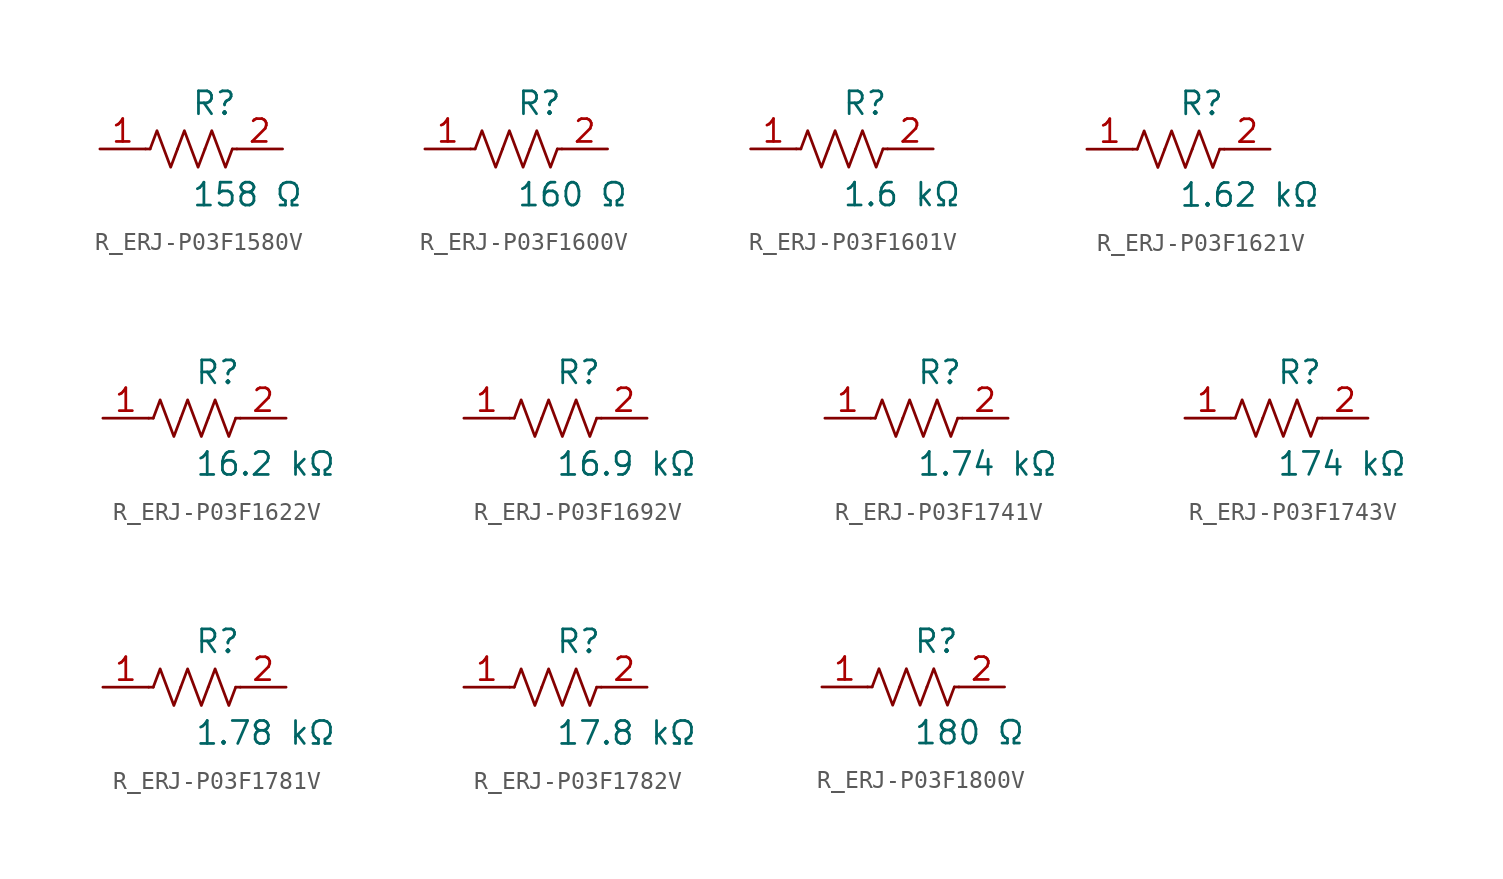
<source format=kicad_sym>
(kicad_symbol_lib
  (version 20231120)
  (generator kicad_symbol_editor)
  (generator_version 8.0)
  (symbol "R_ERJ-P03F1580V"
    (pin_names
      (offset 0.254))
    (property "Reference" "R"
      (at 0.0 2.54 0)
      (effects (font (size 1.27 1.27)) (justify left)))
    (property "Value" "158 Ω"
      (at 0.0 -2.54 0)
      (effects (font (size 1.27 1.27)) (justify left)))
    (symbol "R_ERJ-P03F1580V_0_1"
      (polyline (pts (xy 2.286 0) (xy 2.54 0)) (stroke (width 0) (type default)) (fill (type none)))
      (polyline (pts (xy -2.286 0) (xy -2.54 0)) (stroke (width 0) (type default)) (fill (type none)))
      (polyline (pts (xy 0.762 0) (xy 1.143 1.016) (xy 1.524 0) (xy 1.905 -1.016) (xy 2.286 0)) (stroke (width 0) (type default)) (fill (type none)))
      (polyline (pts (xy -0.762 0) (xy -0.381 1.016) (xy 0 0) (xy 0.381 -1.016) (xy 0.762 0)) (stroke (width 0) (type default)) (fill (type none)))
      (polyline (pts (xy -2.286 0) (xy -1.905 1.016) (xy -1.524 0) (xy -1.143 -1.016) (xy -0.762 0)) (stroke (width 0) (type default)) (fill (type none))))
    (pin unspecified line
      (at -5.08 0 0)
      (length 2.54)
      (name "" (effects (font (size 1.27 1.27))))
      (number "1" (effects (font (size 1.27 1.27)))))
    (pin unspecified line
      (at 5.08 0 180)
      (length 2.54)
      (name "" (effects (font (size 1.27 1.27))))
      (number "2" (effects (font (size 1.27 1.27))))))
  (symbol "R_ERJ-P03F1600V"
    (pin_names
      (offset 0.254))
    (property "Reference" "R"
      (at 0.0 2.54 0)
      (effects (font (size 1.27 1.27)) (justify left)))
    (property "Value" "160 Ω"
      (at 0.0 -2.54 0)
      (effects (font (size 1.27 1.27)) (justify left)))
    (symbol "R_ERJ-P03F1600V_0_1"
      (polyline (pts (xy 2.286 0) (xy 2.54 0)) (stroke (width 0) (type default)) (fill (type none)))
      (polyline (pts (xy -2.286 0) (xy -2.54 0)) (stroke (width 0) (type default)) (fill (type none)))
      (polyline (pts (xy 0.762 0) (xy 1.143 1.016) (xy 1.524 0) (xy 1.905 -1.016) (xy 2.286 0)) (stroke (width 0) (type default)) (fill (type none)))
      (polyline (pts (xy -0.762 0) (xy -0.381 1.016) (xy 0 0) (xy 0.381 -1.016) (xy 0.762 0)) (stroke (width 0) (type default)) (fill (type none)))
      (polyline (pts (xy -2.286 0) (xy -1.905 1.016) (xy -1.524 0) (xy -1.143 -1.016) (xy -0.762 0)) (stroke (width 0) (type default)) (fill (type none))))
    (pin unspecified line
      (at -5.08 0 0)
      (length 2.54)
      (name "" (effects (font (size 1.27 1.27))))
      (number "1" (effects (font (size 1.27 1.27)))))
    (pin unspecified line
      (at 5.08 0 180)
      (length 2.54)
      (name "" (effects (font (size 1.27 1.27))))
      (number "2" (effects (font (size 1.27 1.27))))))
  (symbol "R_ERJ-P03F1601V"
    (pin_names
      (offset 0.254))
    (property "Reference" "R"
      (at 0.0 2.54 0)
      (effects (font (size 1.27 1.27)) (justify left)))
    (property "Value" "1.6 kΩ"
      (at 0.0 -2.54 0)
      (effects (font (size 1.27 1.27)) (justify left)))
    (symbol "R_ERJ-P03F1601V_0_1"
      (polyline (pts (xy 2.286 0) (xy 2.54 0)) (stroke (width 0) (type default)) (fill (type none)))
      (polyline (pts (xy -2.286 0) (xy -2.54 0)) (stroke (width 0) (type default)) (fill (type none)))
      (polyline (pts (xy 0.762 0) (xy 1.143 1.016) (xy 1.524 0) (xy 1.905 -1.016) (xy 2.286 0)) (stroke (width 0) (type default)) (fill (type none)))
      (polyline (pts (xy -0.762 0) (xy -0.381 1.016) (xy 0 0) (xy 0.381 -1.016) (xy 0.762 0)) (stroke (width 0) (type default)) (fill (type none)))
      (polyline (pts (xy -2.286 0) (xy -1.905 1.016) (xy -1.524 0) (xy -1.143 -1.016) (xy -0.762 0)) (stroke (width 0) (type default)) (fill (type none))))
    (pin unspecified line
      (at -5.08 0 0)
      (length 2.54)
      (name "" (effects (font (size 1.27 1.27))))
      (number "1" (effects (font (size 1.27 1.27)))))
    (pin unspecified line
      (at 5.08 0 180)
      (length 2.54)
      (name "" (effects (font (size 1.27 1.27))))
      (number "2" (effects (font (size 1.27 1.27))))))
  (symbol "R_ERJ-P03F1621V"
    (pin_names
      (offset 0.254))
    (property "Reference" "R"
      (at 0.0 2.54 0)
      (effects (font (size 1.27 1.27)) (justify left)))
    (property "Value" "1.62 kΩ"
      (at 0.0 -2.54 0)
      (effects (font (size 1.27 1.27)) (justify left)))
    (symbol "R_ERJ-P03F1621V_0_1"
      (polyline (pts (xy 2.286 0) (xy 2.54 0)) (stroke (width 0) (type default)) (fill (type none)))
      (polyline (pts (xy -2.286 0) (xy -2.54 0)) (stroke (width 0) (type default)) (fill (type none)))
      (polyline (pts (xy 0.762 0) (xy 1.143 1.016) (xy 1.524 0) (xy 1.905 -1.016) (xy 2.286 0)) (stroke (width 0) (type default)) (fill (type none)))
      (polyline (pts (xy -0.762 0) (xy -0.381 1.016) (xy 0 0) (xy 0.381 -1.016) (xy 0.762 0)) (stroke (width 0) (type default)) (fill (type none)))
      (polyline (pts (xy -2.286 0) (xy -1.905 1.016) (xy -1.524 0) (xy -1.143 -1.016) (xy -0.762 0)) (stroke (width 0) (type default)) (fill (type none))))
    (pin unspecified line
      (at -5.08 0 0)
      (length 2.54)
      (name "" (effects (font (size 1.27 1.27))))
      (number "1" (effects (font (size 1.27 1.27)))))
    (pin unspecified line
      (at 5.08 0 180)
      (length 2.54)
      (name "" (effects (font (size 1.27 1.27))))
      (number "2" (effects (font (size 1.27 1.27))))))
  (symbol "R_ERJ-P03F1622V"
    (pin_names
      (offset 0.254))
    (property "Reference" "R"
      (at 0.0 2.54 0)
      (effects (font (size 1.27 1.27)) (justify left)))
    (property "Value" "16.2 kΩ"
      (at 0.0 -2.54 0)
      (effects (font (size 1.27 1.27)) (justify left)))
    (symbol "R_ERJ-P03F1622V_0_1"
      (polyline (pts (xy 2.286 0) (xy 2.54 0)) (stroke (width 0) (type default)) (fill (type none)))
      (polyline (pts (xy -2.286 0) (xy -2.54 0)) (stroke (width 0) (type default)) (fill (type none)))
      (polyline (pts (xy 0.762 0) (xy 1.143 1.016) (xy 1.524 0) (xy 1.905 -1.016) (xy 2.286 0)) (stroke (width 0) (type default)) (fill (type none)))
      (polyline (pts (xy -0.762 0) (xy -0.381 1.016) (xy 0 0) (xy 0.381 -1.016) (xy 0.762 0)) (stroke (width 0) (type default)) (fill (type none)))
      (polyline (pts (xy -2.286 0) (xy -1.905 1.016) (xy -1.524 0) (xy -1.143 -1.016) (xy -0.762 0)) (stroke (width 0) (type default)) (fill (type none))))
    (pin unspecified line
      (at -5.08 0 0)
      (length 2.54)
      (name "" (effects (font (size 1.27 1.27))))
      (number "1" (effects (font (size 1.27 1.27)))))
    (pin unspecified line
      (at 5.08 0 180)
      (length 2.54)
      (name "" (effects (font (size 1.27 1.27))))
      (number "2" (effects (font (size 1.27 1.27))))))
  (symbol "R_ERJ-P03F1692V"
    (pin_names
      (offset 0.254))
    (property "Reference" "R"
      (at 0.0 2.54 0)
      (effects (font (size 1.27 1.27)) (justify left)))
    (property "Value" "16.9 kΩ"
      (at 0.0 -2.54 0)
      (effects (font (size 1.27 1.27)) (justify left)))
    (symbol "R_ERJ-P03F1692V_0_1"
      (polyline (pts (xy 2.286 0) (xy 2.54 0)) (stroke (width 0) (type default)) (fill (type none)))
      (polyline (pts (xy -2.286 0) (xy -2.54 0)) (stroke (width 0) (type default)) (fill (type none)))
      (polyline (pts (xy 0.762 0) (xy 1.143 1.016) (xy 1.524 0) (xy 1.905 -1.016) (xy 2.286 0)) (stroke (width 0) (type default)) (fill (type none)))
      (polyline (pts (xy -0.762 0) (xy -0.381 1.016) (xy 0 0) (xy 0.381 -1.016) (xy 0.762 0)) (stroke (width 0) (type default)) (fill (type none)))
      (polyline (pts (xy -2.286 0) (xy -1.905 1.016) (xy -1.524 0) (xy -1.143 -1.016) (xy -0.762 0)) (stroke (width 0) (type default)) (fill (type none))))
    (pin unspecified line
      (at -5.08 0 0)
      (length 2.54)
      (name "" (effects (font (size 1.27 1.27))))
      (number "1" (effects (font (size 1.27 1.27)))))
    (pin unspecified line
      (at 5.08 0 180)
      (length 2.54)
      (name "" (effects (font (size 1.27 1.27))))
      (number "2" (effects (font (size 1.27 1.27))))))
  (symbol "R_ERJ-P03F1741V"
    (pin_names
      (offset 0.254))
    (property "Reference" "R"
      (at 0.0 2.54 0)
      (effects (font (size 1.27 1.27)) (justify left)))
    (property "Value" "1.74 kΩ"
      (at 0.0 -2.54 0)
      (effects (font (size 1.27 1.27)) (justify left)))
    (symbol "R_ERJ-P03F1741V_0_1"
      (polyline (pts (xy 2.286 0) (xy 2.54 0)) (stroke (width 0) (type default)) (fill (type none)))
      (polyline (pts (xy -2.286 0) (xy -2.54 0)) (stroke (width 0) (type default)) (fill (type none)))
      (polyline (pts (xy 0.762 0) (xy 1.143 1.016) (xy 1.524 0) (xy 1.905 -1.016) (xy 2.286 0)) (stroke (width 0) (type default)) (fill (type none)))
      (polyline (pts (xy -0.762 0) (xy -0.381 1.016) (xy 0 0) (xy 0.381 -1.016) (xy 0.762 0)) (stroke (width 0) (type default)) (fill (type none)))
      (polyline (pts (xy -2.286 0) (xy -1.905 1.016) (xy -1.524 0) (xy -1.143 -1.016) (xy -0.762 0)) (stroke (width 0) (type default)) (fill (type none))))
    (pin unspecified line
      (at -5.08 0 0)
      (length 2.54)
      (name "" (effects (font (size 1.27 1.27))))
      (number "1" (effects (font (size 1.27 1.27)))))
    (pin unspecified line
      (at 5.08 0 180)
      (length 2.54)
      (name "" (effects (font (size 1.27 1.27))))
      (number "2" (effects (font (size 1.27 1.27))))))
  (symbol "R_ERJ-P03F1743V"
    (pin_names
      (offset 0.254))
    (property "Reference" "R"
      (at 0.0 2.54 0)
      (effects (font (size 1.27 1.27)) (justify left)))
    (property "Value" "174 kΩ"
      (at 0.0 -2.54 0)
      (effects (font (size 1.27 1.27)) (justify left)))
    (symbol "R_ERJ-P03F1743V_0_1"
      (polyline (pts (xy 2.286 0) (xy 2.54 0)) (stroke (width 0) (type default)) (fill (type none)))
      (polyline (pts (xy -2.286 0) (xy -2.54 0)) (stroke (width 0) (type default)) (fill (type none)))
      (polyline (pts (xy 0.762 0) (xy 1.143 1.016) (xy 1.524 0) (xy 1.905 -1.016) (xy 2.286 0)) (stroke (width 0) (type default)) (fill (type none)))
      (polyline (pts (xy -0.762 0) (xy -0.381 1.016) (xy 0 0) (xy 0.381 -1.016) (xy 0.762 0)) (stroke (width 0) (type default)) (fill (type none)))
      (polyline (pts (xy -2.286 0) (xy -1.905 1.016) (xy -1.524 0) (xy -1.143 -1.016) (xy -0.762 0)) (stroke (width 0) (type default)) (fill (type none))))
    (pin unspecified line
      (at -5.08 0 0)
      (length 2.54)
      (name "" (effects (font (size 1.27 1.27))))
      (number "1" (effects (font (size 1.27 1.27)))))
    (pin unspecified line
      (at 5.08 0 180)
      (length 2.54)
      (name "" (effects (font (size 1.27 1.27))))
      (number "2" (effects (font (size 1.27 1.27))))))
  (symbol "R_ERJ-P03F1781V"
    (pin_names
      (offset 0.254))
    (property "Reference" "R"
      (at 0.0 2.54 0)
      (effects (font (size 1.27 1.27)) (justify left)))
    (property "Value" "1.78 kΩ"
      (at 0.0 -2.54 0)
      (effects (font (size 1.27 1.27)) (justify left)))
    (symbol "R_ERJ-P03F1781V_0_1"
      (polyline (pts (xy 2.286 0) (xy 2.54 0)) (stroke (width 0) (type default)) (fill (type none)))
      (polyline (pts (xy -2.286 0) (xy -2.54 0)) (stroke (width 0) (type default)) (fill (type none)))
      (polyline (pts (xy 0.762 0) (xy 1.143 1.016) (xy 1.524 0) (xy 1.905 -1.016) (xy 2.286 0)) (stroke (width 0) (type default)) (fill (type none)))
      (polyline (pts (xy -0.762 0) (xy -0.381 1.016) (xy 0 0) (xy 0.381 -1.016) (xy 0.762 0)) (stroke (width 0) (type default)) (fill (type none)))
      (polyline (pts (xy -2.286 0) (xy -1.905 1.016) (xy -1.524 0) (xy -1.143 -1.016) (xy -0.762 0)) (stroke (width 0) (type default)) (fill (type none))))
    (pin unspecified line
      (at -5.08 0 0)
      (length 2.54)
      (name "" (effects (font (size 1.27 1.27))))
      (number "1" (effects (font (size 1.27 1.27)))))
    (pin unspecified line
      (at 5.08 0 180)
      (length 2.54)
      (name "" (effects (font (size 1.27 1.27))))
      (number "2" (effects (font (size 1.27 1.27))))))
  (symbol "R_ERJ-P03F1782V"
    (pin_names
      (offset 0.254))
    (property "Reference" "R"
      (at 0.0 2.54 0)
      (effects (font (size 1.27 1.27)) (justify left)))
    (property "Value" "17.8 kΩ"
      (at 0.0 -2.54 0)
      (effects (font (size 1.27 1.27)) (justify left)))
    (symbol "R_ERJ-P03F1782V_0_1"
      (polyline (pts (xy 2.286 0) (xy 2.54 0)) (stroke (width 0) (type default)) (fill (type none)))
      (polyline (pts (xy -2.286 0) (xy -2.54 0)) (stroke (width 0) (type default)) (fill (type none)))
      (polyline (pts (xy 0.762 0) (xy 1.143 1.016) (xy 1.524 0) (xy 1.905 -1.016) (xy 2.286 0)) (stroke (width 0) (type default)) (fill (type none)))
      (polyline (pts (xy -0.762 0) (xy -0.381 1.016) (xy 0 0) (xy 0.381 -1.016) (xy 0.762 0)) (stroke (width 0) (type default)) (fill (type none)))
      (polyline (pts (xy -2.286 0) (xy -1.905 1.016) (xy -1.524 0) (xy -1.143 -1.016) (xy -0.762 0)) (stroke (width 0) (type default)) (fill (type none))))
    (pin unspecified line
      (at -5.08 0 0)
      (length 2.54)
      (name "" (effects (font (size 1.27 1.27))))
      (number "1" (effects (font (size 1.27 1.27)))))
    (pin unspecified line
      (at 5.08 0 180)
      (length 2.54)
      (name "" (effects (font (size 1.27 1.27))))
      (number "2" (effects (font (size 1.27 1.27))))))
  (symbol "R_ERJ-P03F1800V"
    (pin_names
      (offset 0.254))
    (property "Reference" "R"
      (at 0.0 2.54 0)
      (effects (font (size 1.27 1.27)) (justify left)))
    (property "Value" "180 Ω"
      (at 0.0 -2.54 0)
      (effects (font (size 1.27 1.27)) (justify left)))
    (symbol "R_ERJ-P03F1800V_0_1"
      (polyline (pts (xy 2.286 0) (xy 2.54 0)) (stroke (width 0) (type default)) (fill (type none)))
      (polyline (pts (xy -2.286 0) (xy -2.54 0)) (stroke (width 0) (type default)) (fill (type none)))
      (polyline (pts (xy 0.762 0) (xy 1.143 1.016) (xy 1.524 0) (xy 1.905 -1.016) (xy 2.286 0)) (stroke (width 0) (type default)) (fill (type none)))
      (polyline (pts (xy -0.762 0) (xy -0.381 1.016) (xy 0 0) (xy 0.381 -1.016) (xy 0.762 0)) (stroke (width 0) (type default)) (fill (type none)))
      (polyline (pts (xy -2.286 0) (xy -1.905 1.016) (xy -1.524 0) (xy -1.143 -1.016) (xy -0.762 0)) (stroke (width 0) (type default)) (fill (type none))))
    (pin unspecified line
      (at -5.08 0 0)
      (length 2.54)
      (name "" (effects (font (size 1.27 1.27))))
      (number "1" (effects (font (size 1.27 1.27)))))
    (pin unspecified line
      (at 5.08 0 180)
      (length 2.54)
      (name "" (effects (font (size 1.27 1.27))))
      (number "2" (effects (font (size 1.27 1.27)))))))
</source>
